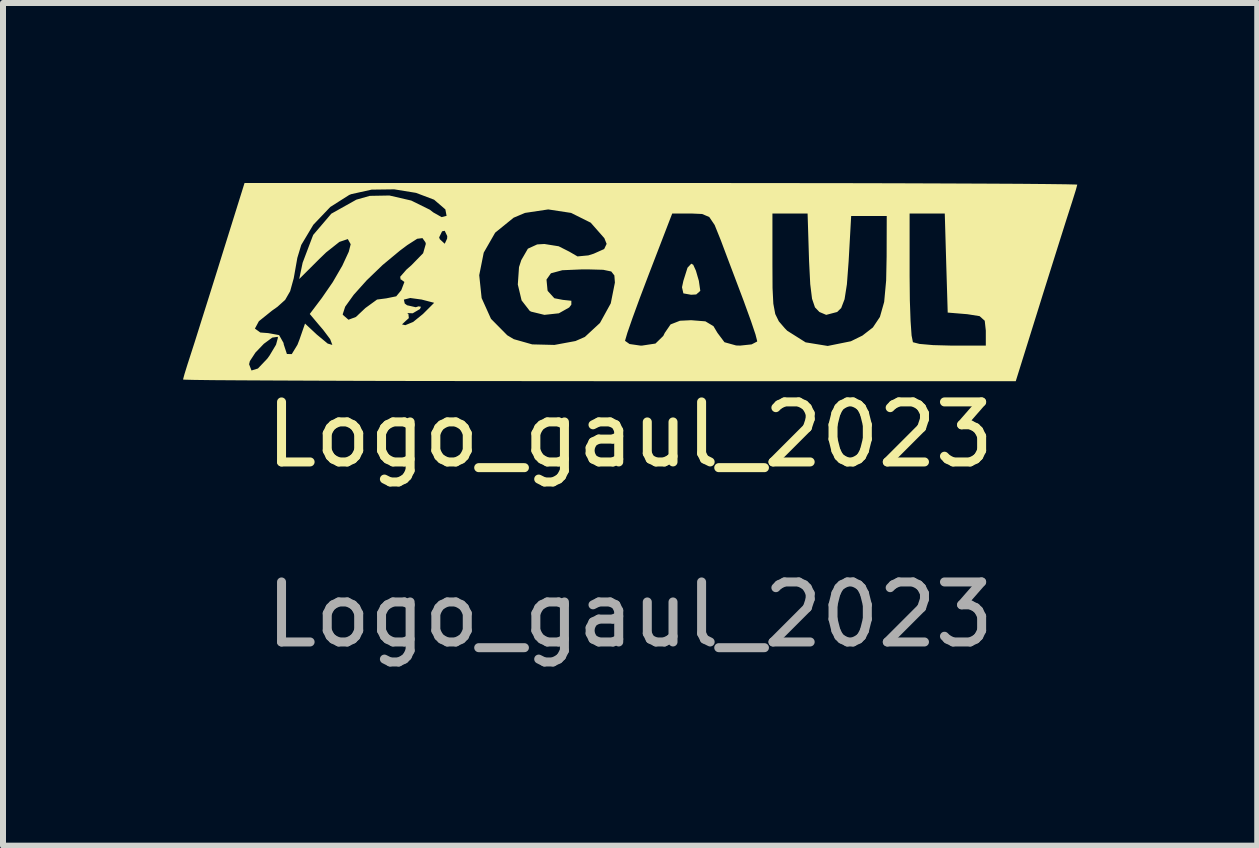
<source format=kicad_pcb>
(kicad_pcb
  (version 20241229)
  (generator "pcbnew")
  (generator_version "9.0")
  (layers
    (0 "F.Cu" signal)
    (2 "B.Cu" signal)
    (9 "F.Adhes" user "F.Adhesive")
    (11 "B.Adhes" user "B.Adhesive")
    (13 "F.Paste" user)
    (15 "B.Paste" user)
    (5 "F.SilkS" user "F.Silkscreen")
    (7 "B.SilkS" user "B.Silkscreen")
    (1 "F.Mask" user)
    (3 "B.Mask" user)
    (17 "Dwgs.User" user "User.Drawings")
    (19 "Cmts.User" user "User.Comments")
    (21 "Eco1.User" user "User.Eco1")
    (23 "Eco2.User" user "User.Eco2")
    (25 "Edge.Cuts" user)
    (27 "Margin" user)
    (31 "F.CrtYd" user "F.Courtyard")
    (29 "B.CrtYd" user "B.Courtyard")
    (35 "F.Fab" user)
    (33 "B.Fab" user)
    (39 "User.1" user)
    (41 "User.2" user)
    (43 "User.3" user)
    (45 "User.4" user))
  (footprint "Logo_gaul_2023"
    (layer "F.Cu")
    (at 7.451 4.693)
    (property "Reference" "Logo_gaul_2023" (at 0 -0.5 0) (unlocked yes) (layer "F.SilkS") (effects (font (size 1 1) (thickness 0.15))))
    (fp_poly (pts (xy 1.051 -3.331) (xy 1.096 -3.232) (xy 1.145 -3.063) (xy 1.169 -2.896) (xy 1.101 -2.836) (xy 1.016 -2.831) (xy 0.887 -2.854) (xy 0.864 -2.956) (xy 0.887 -3.063) (xy 0.956 -3.282) (xy 1.019 -3.349)) (stroke (width 0) (type solid)) (fill yes) (layer "F.SilkS"))
    (fp_poly (pts (xy 1.58 -4.693) (xy 2.597 -4.692) (xy 3.552 -4.691) (xy 4.432 -4.689) (xy 5.223 -4.686) (xy 5.915 -4.683) (xy 6.494 -4.68) (xy 6.947 -4.676) (xy 7.263 -4.672) (xy 7.428 -4.668) (xy 7.451 -4.666) (xy 7.427 -4.577) (xy 7.366 -4.382) (xy 7.328 -4.264) (xy 7.259 -4.049) (xy 7.153 -3.713) (xy 7.021 -3.294) (xy 6.876 -2.833) (xy 6.816 -2.64) (xy 6.426 -1.391) (xy -0.512 -1.391) (xy -1.58 -1.392) (xy -2.597 -1.393) (xy -3.552 -1.394) (xy -4.432 -1.396) (xy -5.223 -1.399) (xy -5.915 -1.402) (xy -6.494 -1.405) (xy -6.947 -1.408) (xy -7.263 -1.412) (xy -7.428 -1.416) (xy -7.451 -1.419) (xy -7.427 -1.508) (xy -7.376 -1.673) (xy -6.35 -1.673) (xy -6.31 -1.569) (xy -6.203 -1.602) (xy -6.047 -1.766) (xy -6.008 -1.82) (xy -5.901 -1.999) (xy -5.869 -2.117) (xy -5.875 -2.13) (xy -5.964 -2.117) (xy -6.104 -2.014) (xy -6.244 -1.868) (xy -6.337 -1.726) (xy -6.35 -1.673) (xy -7.376 -1.673) (xy -7.366 -1.703) (xy -7.328 -1.821) (xy -7.259 -2.035) (xy -7.186 -2.267) (xy -6.253 -2.267) (xy -6.163 -2.202) (xy -6.032 -2.192) (xy -5.85 -2.159) (xy -5.776 -2.028) (xy -5.773 -2.005) (xy -5.72 -1.844) (xy -5.639 -1.842) (xy -5.544 -1.998) (xy -5.511 -2.083) (xy -5.418 -2.351) (xy -5.222 -2.168) (xy -5.041 -2.018) (xy -4.963 -1.995) (xy -4.999 -2.091) (xy -5.117 -2.248) (xy -5.193 -2.337) (xy -3.802 -2.337) (xy -3.747 -2.324) (xy -3.616 -2.378) (xy -3.453 -2.51) (xy -3.266 -2.697) (xy -3.474 -2.751) (xy -3.665 -2.777) (xy -3.771 -2.75) (xy -3.756 -2.685) (xy -3.717 -2.656) (xy -3.572 -2.623) (xy -3.526 -2.638) (xy -3.486 -2.631) (xy -3.503 -2.593) (xy -3.624 -2.522) (xy -3.665 -2.524) (xy -3.716 -2.525) (xy -3.695 -2.51) (xy -3.688 -2.442) (xy -3.737 -2.398) (xy -3.802 -2.337) (xy -5.193 -2.337) (xy -5.335 -2.506) (xy -4.79 -2.506) (xy -4.786 -2.495) (xy -4.694 -2.415) (xy -4.57 -2.461) (xy -4.412 -2.61) (xy -4.218 -2.751) (xy -4.065 -2.771) (xy -3.898 -2.805) (xy -3.814 -2.907) (xy -3.762 -3.044) (xy -3.817 -3.085) (xy -3.825 -3.085) (xy -3.832 -3.131) (xy -3.809 -3.157) (xy -2.515 -3.157) (xy -2.475 -2.776) (xy -2.319 -2.43) (xy -2.048 -2.156) (xy -1.939 -2.091) (xy -1.632 -2.004) (xy -1.261 -1.995) (xy -0.91 -2.06) (xy -0.904 -2.063) (xy -0.085 -2.063) (xy -0.01 -2.01) (xy 0.171 -1.984) (xy 0.198 -1.984) (xy 0.422 -2.018) (xy 0.552 -2.145) (xy 0.577 -2.196) (xy 0.674 -2.337) (xy 0.83 -2.398) (xy 1.016 -2.407) (xy 1.254 -2.388) (xy 1.388 -2.308) (xy 1.455 -2.196) (xy 1.572 -2.04) (xy 1.766 -1.986) (xy 1.834 -1.984) (xy 2.024 -2.004) (xy 2.115 -2.051) (xy 2.117 -2.059) (xy 2.089 -2.169) (xy 2.014 -2.392) (xy 1.909 -2.681) (xy 1.897 -2.715) (xy 1.757 -3.086) (xy 1.612 -3.469) (xy 1.51 -3.741) (xy 1.408 -3.994) (xy 1.318 -4.127) (xy 1.199 -4.177) (xy 1.022 -4.185) (xy 2.371 -4.185) (xy 2.371 -3.332) (xy 2.373 -2.942) (xy 2.386 -2.682) (xy 2.418 -2.51) (xy 2.478 -2.388) (xy 2.577 -2.273) (xy 2.618 -2.231) (xy 2.924 -2.038) (xy 3.292 -1.978) (xy 3.678 -2.056) (xy 3.871 -2.151) (xy 4.045 -2.286) (xy 4.162 -2.461) (xy 4.233 -2.711) (xy 4.266 -3.068) (xy 4.274 -3.466) (xy 4.276 -4.143) (xy 3.979 -4.143) (xy 3.683 -4.143) (xy 3.641 -3.39) (xy 3.612 -3.005) (xy 3.573 -2.756) (xy 3.517 -2.61) (xy 3.45 -2.544) (xy 3.267 -2.496) (xy 3.154 -2.544) (xy 3.08 -2.621) (xy 3.031 -2.765) (xy 3.001 -3.008) (xy 2.982 -3.385) (xy 2.981 -3.411) (xy 2.957 -4.185) (xy 4.657 -4.185) (xy 4.657 -3.141) (xy 4.661 -2.737) (xy 4.673 -2.395) (xy 4.69 -2.152) (xy 4.712 -2.042) (xy 4.713 -2.04) (xy 4.821 -2.012) (xy 5.048 -1.992) (xy 5.347 -1.984) (xy 5.348 -1.984) (xy 5.927 -1.984) (xy 5.927 -2.233) (xy 5.909 -2.398) (xy 5.823 -2.475) (xy 5.62 -2.507) (xy 5.609 -2.508) (xy 5.292 -2.534) (xy 5.267 -3.36) (xy 5.243 -4.185) (xy 4.95 -4.185) (xy 4.657 -4.185) (xy 2.957 -4.185) (xy 2.664 -4.185) (xy 2.371 -4.185) (xy 1.022 -4.185) (xy 0.701 -4.185) (xy 0.308 -3.164) (xy 0.16 -2.774) (xy 0.038 -2.44) (xy -0.047 -2.195) (xy -0.084 -2.069) (xy -0.085 -2.063) (xy -0.904 -2.063) (xy -0.755 -2.128) (xy -0.503 -2.361) (xy -0.323 -2.688) (xy -0.254 -3.034) (xy -0.263 -3.153) (xy -0.315 -3.219) (xy -0.449 -3.247) (xy -0.704 -3.254) (xy -0.797 -3.254) (xy -1.13 -3.24) (xy -1.32 -3.189) (xy -1.394 -3.084) (xy -1.377 -2.908) (xy -1.373 -2.894) (xy -1.263 -2.773) (xy -1.123 -2.746) (xy -0.98 -2.731) (xy -0.98 -2.666) (xy -1.016 -2.619) (xy -1.188 -2.522) (xy -1.429 -2.496) (xy -1.651 -2.55) (xy -1.674 -2.563) (xy -1.809 -2.737) (xy -1.872 -3.002) (xy -1.852 -3.292) (xy -1.814 -3.409) (xy -1.704 -3.599) (xy -1.549 -3.67) (xy -1.429 -3.677) (xy -1.191 -3.639) (xy -1.015 -3.55) (xy -0.877 -3.47) (xy -0.697 -3.487) (xy -0.608 -3.515) (xy -0.433 -3.593) (xy -0.392 -3.679) (xy -0.43 -3.774) (xy -0.657 -4.032) (xy -0.984 -4.195) (xy -1.365 -4.253) (xy -1.752 -4.195) (xy -1.942 -4.115) (xy -2.249 -3.866) (xy -2.44 -3.533) (xy -2.515 -3.157) (xy -3.809 -3.157) (xy -3.729 -3.249) (xy -3.644 -3.324) (xy -3.45 -3.523) (xy -3.405 -3.679) (xy -3.412 -3.706) (xy -3.461 -3.775) (xy -3.549 -3.764) (xy -3.713 -3.659) (xy -3.836 -3.567) (xy -4.125 -3.327) (xy -4.39 -3.072) (xy -4.607 -2.83) (xy -4.749 -2.632) (xy -4.79 -2.506) (xy -5.335 -2.506) (xy -5.339 -2.511) (xy -5.138 -2.777) (xy -4.956 -3.041) (xy -4.797 -3.315) (xy -4.689 -3.548) (xy -4.657 -3.673) (xy -4.705 -3.759) (xy -4.845 -3.712) (xy -5.066 -3.537) (xy -5.18 -3.427) (xy -5.515 -3.093) (xy -5.458 -3.364) (xy -5.298 -3.787) (xy -3.183 -3.787) (xy -3.171 -3.756) (xy -3.09 -3.681) (xy -3.05 -3.767) (xy -3.048 -3.809) (xy -3.09 -3.897) (xy -3.134 -3.888) (xy -3.183 -3.787) (xy -5.298 -3.787) (xy -5.282 -3.828) (xy -4.98 -4.182) (xy -4.562 -4.416) (xy -4.339 -4.479) (xy -4.011 -4.485) (xy -3.648 -4.401) (xy -3.338 -4.248) (xy -3.28 -4.203) (xy -3.142 -4.125) (xy -3.059 -4.146) (xy -3.079 -4.252) (xy -3.08 -4.254) (xy -3.267 -4.415) (xy -3.568 -4.529) (xy -3.932 -4.588) (xy -4.308 -4.583) (xy -4.647 -4.508) (xy -4.682 -4.494) (xy -4.997 -4.294) (xy -5.28 -3.997) (xy -5.481 -3.661) (xy -5.546 -3.446) (xy -5.606 -3.107) (xy -5.666 -2.89) (xy -5.749 -2.746) (xy -5.878 -2.63) (xy -5.967 -2.567) (xy -6.187 -2.39) (xy -6.253 -2.267) (xy -7.186 -2.267) (xy -7.153 -2.372) (xy -7.021 -2.79) (xy -6.876 -3.252) (xy -6.816 -3.445) (xy -6.426 -4.693) (xy 0.512 -4.693)) (stroke (width 0) (type solid)) (fill yes) (layer "F.SilkS"))
    (fp_text user "${REFERENCE}" (at 0 2.5 0) (unlocked yes) (layer "F.Fab") (effects (font (size 1 1) (thickness 0.15)))))
  (gr_rect
    (start -3 -3)
    (end 17.901 11.042)
    (stroke (width 0.1) (type default))
    (fill no)
    (layer "Edge.Cuts")))
</source>
